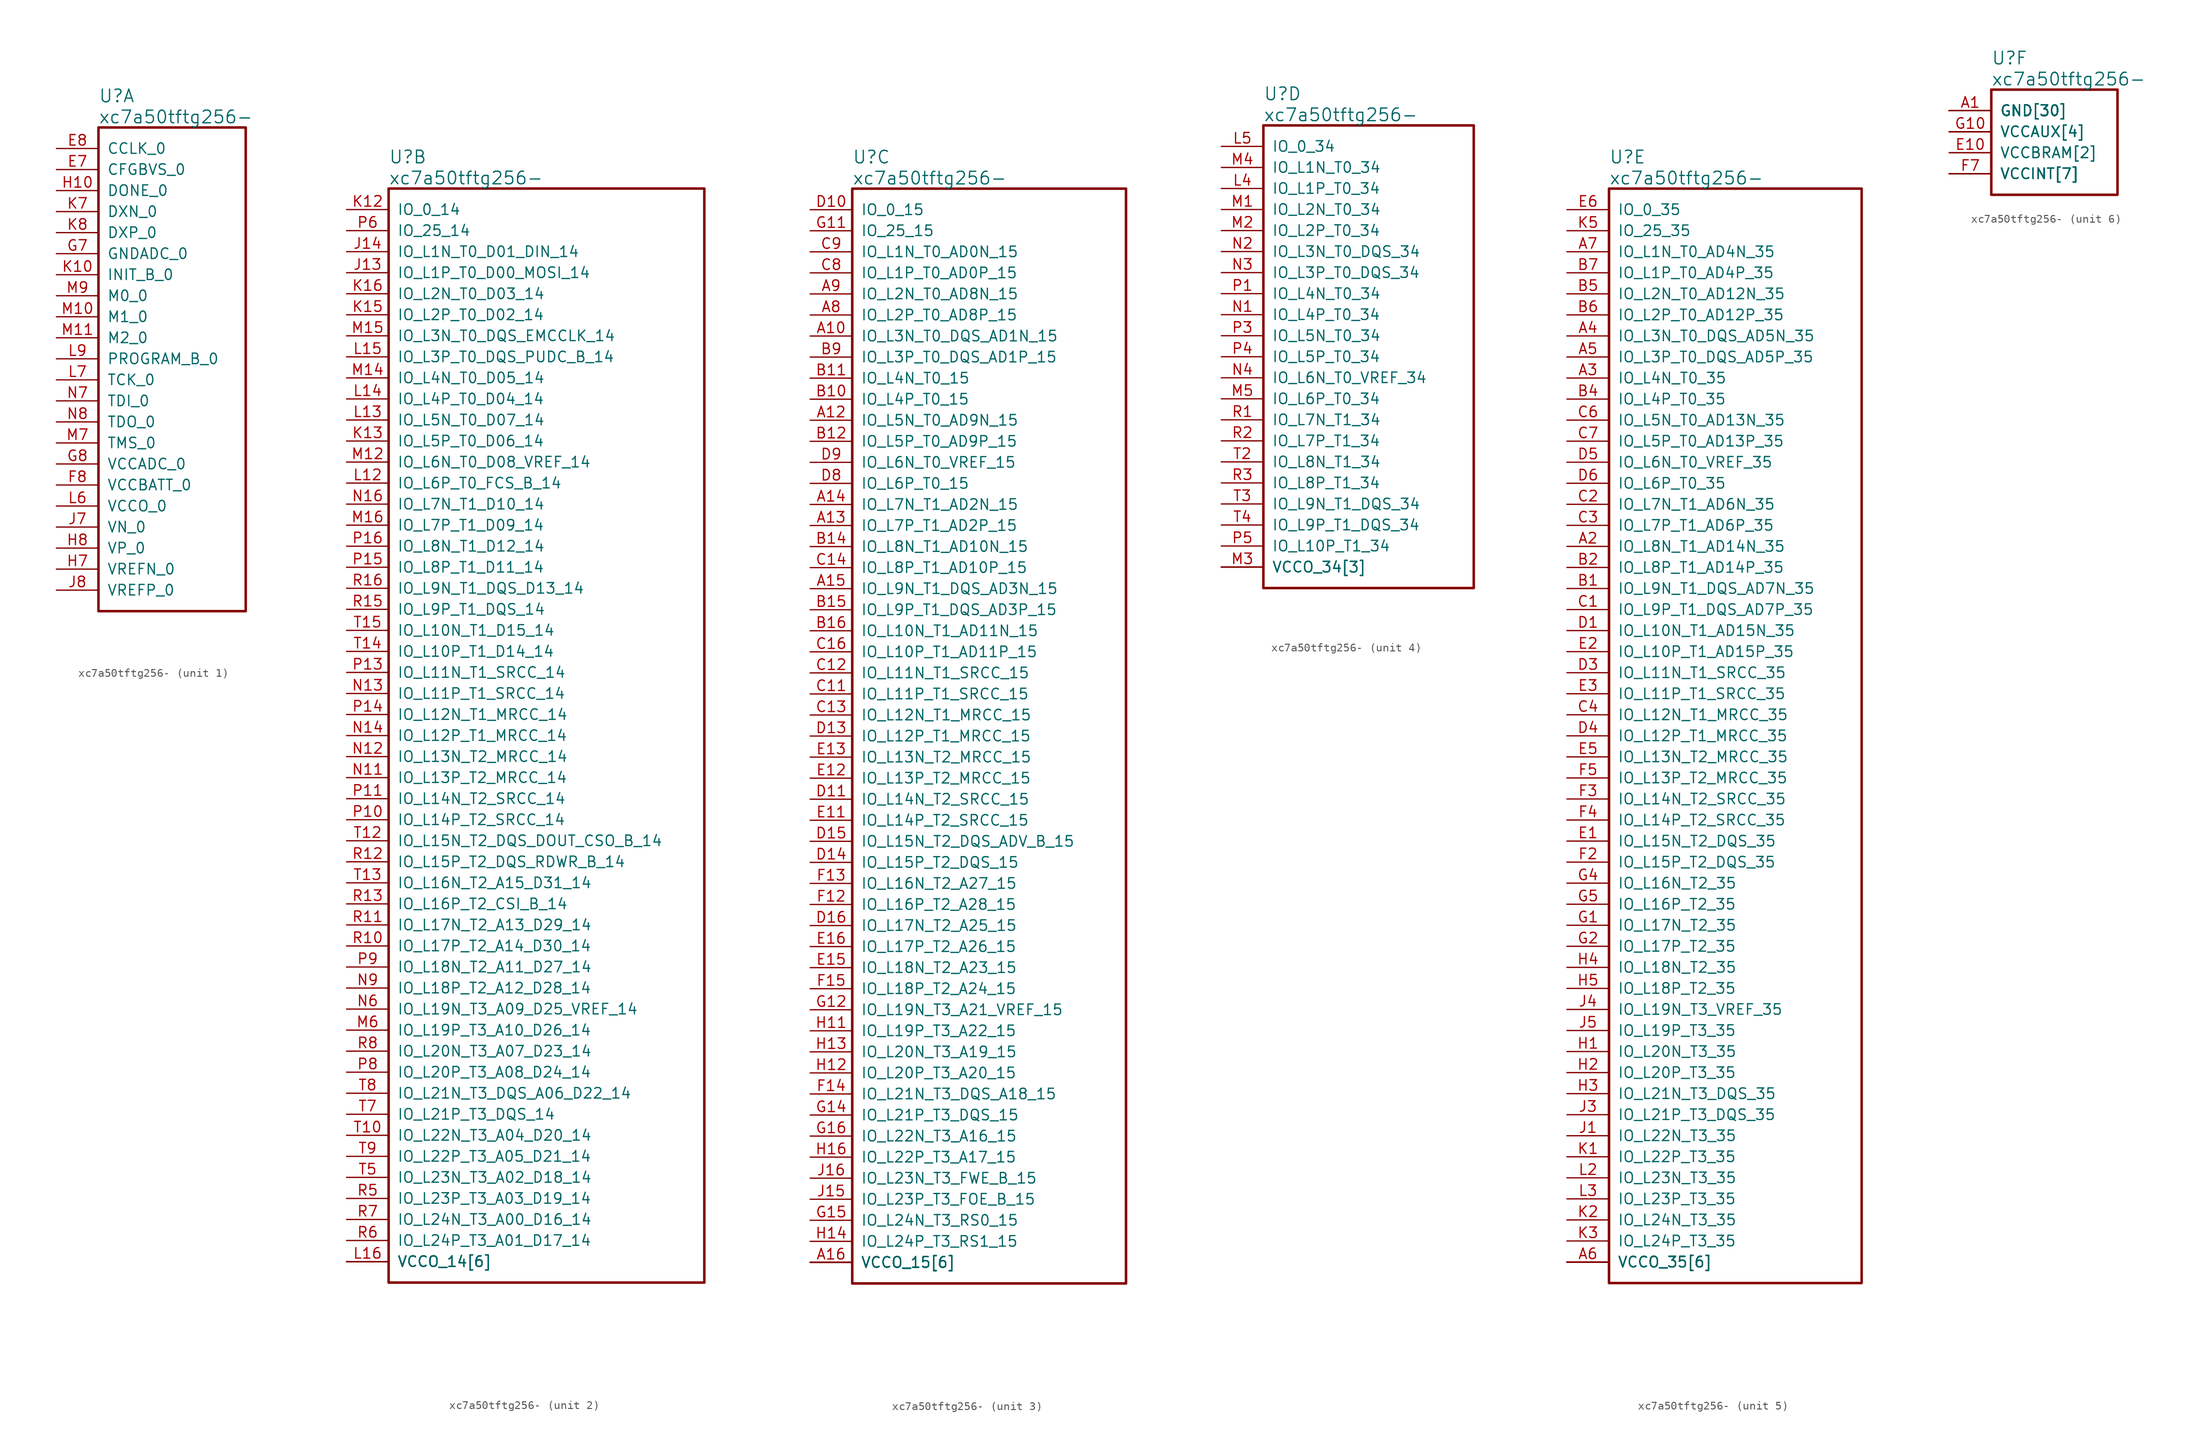
<source format=kicad_sym>
(kicad_symbol_lib
  (version 20220914)
  (generator kicad_symbol_editor)
  (symbol "xc7a50tftg256-"
    (pin_names
      (offset 1.016))
    (property "Reference" "U"
      (at 5.08 6.35 0)
      (effects (font (size 1.524 1.524)) (justify left)))
    (property "Value" "xc7a50tftg256-"
      (at 5.08 3.81 0)
      (effects (font (size 1.524 1.524)) (justify left)))
    (property "ki_locked" ""
      (at 0 0 0)
      (effects (font (size 1.27 1.27))))
    (symbol "xc7a50tftg256-_1_1"
      (rectangle (start 5.08 2.54) (end 22.86 -55.88) (stroke (width 0.305) (type solid)) (fill (type none)))
      (pin input line (at 0 -2.54 0) (length 5.08) (name "CFGBVS_0" (effects (font (size 1.27 1.27)))) (number "E7" (effects (font (size 1.27 1.27)))))
      (pin input line (at 0 0 0) (length 5.08) (name "CCLK_0" (effects (font (size 1.27 1.27)))) (number "E8" (effects (font (size 1.27 1.27)))))
      (pin power_in line (at 0 -40.64 0) (length 5.08) (name "VCCBATT_0" (effects (font (size 1.27 1.27)))) (number "F8" (effects (font (size 1.27 1.27)))))
      (pin power_in line (at 0 -12.7 0) (length 5.08) (name "GNDADC_0" (effects (font (size 1.27 1.27)))) (number "G7" (effects (font (size 1.27 1.27)))))
      (pin power_in line (at 0 -38.1 0) (length 5.08) (name "VCCADC_0" (effects (font (size 1.27 1.27)))) (number "G8" (effects (font (size 1.27 1.27)))))
      (pin output line (at 0 -5.08 0) (length 5.08) (name "DONE_0" (effects (font (size 1.27 1.27)))) (number "H10" (effects (font (size 1.27 1.27)))))
      (pin input line (at 0 -50.8 0) (length 5.08) (name "VREFN_0" (effects (font (size 1.27 1.27)))) (number "H7" (effects (font (size 1.27 1.27)))))
      (pin input line (at 0 -48.26 0) (length 5.08) (name "VP_0" (effects (font (size 1.27 1.27)))) (number "H8" (effects (font (size 1.27 1.27)))))
      (pin input line (at 0 -45.72 0) (length 5.08) (name "VN_0" (effects (font (size 1.27 1.27)))) (number "J7" (effects (font (size 1.27 1.27)))))
      (pin input line (at 0 -53.34 0) (length 5.08) (name "VREFP_0" (effects (font (size 1.27 1.27)))) (number "J8" (effects (font (size 1.27 1.27)))))
      (pin input line (at 0 -15.24 0) (length 5.08) (name "INIT_B_0" (effects (font (size 1.27 1.27)))) (number "K10" (effects (font (size 1.27 1.27)))))
      (pin passive line (at 0 -7.62 0) (length 5.08) (name "DXN_0" (effects (font (size 1.27 1.27)))) (number "K7" (effects (font (size 1.27 1.27)))))
      (pin passive line (at 0 -10.16 0) (length 5.08) (name "DXP_0" (effects (font (size 1.27 1.27)))) (number "K8" (effects (font (size 1.27 1.27)))))
      (pin power_in line (at 0 -43.18 0) (length 5.08) (name "VCCO_0" (effects (font (size 1.27 1.27)))) (number "L6" (effects (font (size 1.27 1.27)))))
      (pin input line (at 0 -27.94 0) (length 5.08) (name "TCK_0" (effects (font (size 1.27 1.27)))) (number "L7" (effects (font (size 1.27 1.27)))))
      (pin input line (at 0 -25.4 0) (length 5.08) (name "PROGRAM_B_0" (effects (font (size 1.27 1.27)))) (number "L9" (effects (font (size 1.27 1.27)))))
      (pin input line (at 0 -20.32 0) (length 5.08) (name "M1_0" (effects (font (size 1.27 1.27)))) (number "M10" (effects (font (size 1.27 1.27)))))
      (pin input line (at 0 -22.86 0) (length 5.08) (name "M2_0" (effects (font (size 1.27 1.27)))) (number "M11" (effects (font (size 1.27 1.27)))))
      (pin input line (at 0 -35.56 0) (length 5.08) (name "TMS_0" (effects (font (size 1.27 1.27)))) (number "M7" (effects (font (size 1.27 1.27)))))
      (pin input line (at 0 -17.78 0) (length 5.08) (name "M0_0" (effects (font (size 1.27 1.27)))) (number "M9" (effects (font (size 1.27 1.27)))))
      (pin input line (at 0 -30.48 0) (length 5.08) (name "TDI_0" (effects (font (size 1.27 1.27)))) (number "N7" (effects (font (size 1.27 1.27)))))
      (pin output line (at 0 -33.02 0) (length 5.08) (name "TDO_0" (effects (font (size 1.27 1.27)))) (number "N8" (effects (font (size 1.27 1.27))))))
    (symbol "xc7a50tftg256-_2_1"
      (rectangle (start 5.08 2.54) (end 43.18 -129.54) (stroke (width 0.305) (type solid)) (fill (type none)))
      (pin bidirectional line (at 0 -7.62 0) (length 5.08) (name "IO_L1P_T0_D00_MOSI_14" (effects (font (size 1.27 1.27)))) (number "J13" (effects (font (size 1.27 1.27)))))
      (pin bidirectional line (at 0 -5.08 0) (length 5.08) (name "IO_L1N_T0_D01_DIN_14" (effects (font (size 1.27 1.27)))) (number "J14" (effects (font (size 1.27 1.27)))))
      (pin bidirectional line (at 0 0 0) (length 5.08) (name "IO_0_14" (effects (font (size 1.27 1.27)))) (number "K12" (effects (font (size 1.27 1.27)))))
      (pin bidirectional line (at 0 -27.94 0) (length 5.08) (name "IO_L5P_T0_D06_14" (effects (font (size 1.27 1.27)))) (number "K13" (effects (font (size 1.27 1.27)))))
      (pin bidirectional line (at 0 -12.7 0) (length 5.08) (name "IO_L2P_T0_D02_14" (effects (font (size 1.27 1.27)))) (number "K15" (effects (font (size 1.27 1.27)))))
      (pin bidirectional line (at 0 -10.16 0) (length 5.08) (name "IO_L2N_T0_D03_14" (effects (font (size 1.27 1.27)))) (number "K16" (effects (font (size 1.27 1.27)))))
      (pin bidirectional line (at 0 -33.02 0) (length 5.08) (name "IO_L6P_T0_FCS_B_14" (effects (font (size 1.27 1.27)))) (number "L12" (effects (font (size 1.27 1.27)))))
      (pin bidirectional line (at 0 -25.4 0) (length 5.08) (name "IO_L5N_T0_D07_14" (effects (font (size 1.27 1.27)))) (number "L13" (effects (font (size 1.27 1.27)))))
      (pin bidirectional line (at 0 -22.86 0) (length 5.08) (name "IO_L4P_T0_D04_14" (effects (font (size 1.27 1.27)))) (number "L14" (effects (font (size 1.27 1.27)))))
      (pin bidirectional line (at 0 -17.78 0) (length 5.08) (name "IO_L3P_T0_DQS_PUDC_B_14" (effects (font (size 1.27 1.27)))) (number "L15" (effects (font (size 1.27 1.27)))))
      (pin power_in line (at 0 -127 0) (length 5.08) (name "VCCO_14[6]" (effects (font (size 1.27 1.27)))) (number "L16" (effects (font (size 1.27 1.27)))))
      (pin bidirectional line (at 0 -30.48 0) (length 5.08) (name "IO_L6N_T0_D08_VREF_14" (effects (font (size 1.27 1.27)))) (number "M12" (effects (font (size 1.27 1.27)))))
      (pin power_in line (at 0 -127 0) (length 5.08) (name "VCCO_14[6]" (effects (font (size 1.27 1.27)))) (number "M13" (effects (font (size 0 0)))))
      (pin bidirectional line (at 0 -20.32 0) (length 5.08) (name "IO_L4N_T0_D05_14" (effects (font (size 1.27 1.27)))) (number "M14" (effects (font (size 1.27 1.27)))))
      (pin bidirectional line (at 0 -15.24 0) (length 5.08) (name "IO_L3N_T0_DQS_EMCCLK_14" (effects (font (size 1.27 1.27)))) (number "M15" (effects (font (size 1.27 1.27)))))
      (pin bidirectional line (at 0 -38.1 0) (length 5.08) (name "IO_L7P_T1_D09_14" (effects (font (size 1.27 1.27)))) (number "M16" (effects (font (size 1.27 1.27)))))
      (pin bidirectional line (at 0 -99.06 0) (length 5.08) (name "IO_L19P_T3_A10_D26_14" (effects (font (size 1.27 1.27)))) (number "M6" (effects (font (size 1.27 1.27)))))
      (pin power_in line (at 0 -127 0) (length 5.08) (name "VCCO_14[6]" (effects (font (size 1.27 1.27)))) (number "N10" (effects (font (size 0 0)))))
      (pin bidirectional line (at 0 -68.58 0) (length 5.08) (name "IO_L13P_T2_MRCC_14" (effects (font (size 1.27 1.27)))) (number "N11" (effects (font (size 1.27 1.27)))))
      (pin bidirectional line (at 0 -66.04 0) (length 5.08) (name "IO_L13N_T2_MRCC_14" (effects (font (size 1.27 1.27)))) (number "N12" (effects (font (size 1.27 1.27)))))
      (pin bidirectional line (at 0 -58.42 0) (length 5.08) (name "IO_L11P_T1_SRCC_14" (effects (font (size 1.27 1.27)))) (number "N13" (effects (font (size 1.27 1.27)))))
      (pin bidirectional line (at 0 -63.5 0) (length 5.08) (name "IO_L12P_T1_MRCC_14" (effects (font (size 1.27 1.27)))) (number "N14" (effects (font (size 1.27 1.27)))))
      (pin bidirectional line (at 0 -35.56 0) (length 5.08) (name "IO_L7N_T1_D10_14" (effects (font (size 1.27 1.27)))) (number "N16" (effects (font (size 1.27 1.27)))))
      (pin bidirectional line (at 0 -96.52 0) (length 5.08) (name "IO_L19N_T3_A09_D25_VREF_14" (effects (font (size 1.27 1.27)))) (number "N6" (effects (font (size 1.27 1.27)))))
      (pin bidirectional line (at 0 -93.98 0) (length 5.08) (name "IO_L18P_T2_A12_D28_14" (effects (font (size 1.27 1.27)))) (number "N9" (effects (font (size 1.27 1.27)))))
      (pin bidirectional line (at 0 -73.66 0) (length 5.08) (name "IO_L14P_T2_SRCC_14" (effects (font (size 1.27 1.27)))) (number "P10" (effects (font (size 1.27 1.27)))))
      (pin bidirectional line (at 0 -71.12 0) (length 5.08) (name "IO_L14N_T2_SRCC_14" (effects (font (size 1.27 1.27)))) (number "P11" (effects (font (size 1.27 1.27)))))
      (pin bidirectional line (at 0 -55.88 0) (length 5.08) (name "IO_L11N_T1_SRCC_14" (effects (font (size 1.27 1.27)))) (number "P13" (effects (font (size 1.27 1.27)))))
      (pin bidirectional line (at 0 -60.96 0) (length 5.08) (name "IO_L12N_T1_MRCC_14" (effects (font (size 1.27 1.27)))) (number "P14" (effects (font (size 1.27 1.27)))))
      (pin bidirectional line (at 0 -43.18 0) (length 5.08) (name "IO_L8P_T1_D11_14" (effects (font (size 1.27 1.27)))) (number "P15" (effects (font (size 1.27 1.27)))))
      (pin bidirectional line (at 0 -40.64 0) (length 5.08) (name "IO_L8N_T1_D12_14" (effects (font (size 1.27 1.27)))) (number "P16" (effects (font (size 1.27 1.27)))))
      (pin bidirectional line (at 0 -2.54 0) (length 5.08) (name "IO_25_14" (effects (font (size 1.27 1.27)))) (number "P6" (effects (font (size 1.27 1.27)))))
      (pin power_in line (at 0 -127 0) (length 5.08) (name "VCCO_14[6]" (effects (font (size 1.27 1.27)))) (number "P7" (effects (font (size 0 0)))))
      (pin bidirectional line (at 0 -104.14 0) (length 5.08) (name "IO_L20P_T3_A08_D24_14" (effects (font (size 1.27 1.27)))) (number "P8" (effects (font (size 1.27 1.27)))))
      (pin bidirectional line (at 0 -91.44 0) (length 5.08) (name "IO_L18N_T2_A11_D27_14" (effects (font (size 1.27 1.27)))) (number "P9" (effects (font (size 1.27 1.27)))))
      (pin bidirectional line (at 0 -88.9 0) (length 5.08) (name "IO_L17P_T2_A14_D30_14" (effects (font (size 1.27 1.27)))) (number "R10" (effects (font (size 1.27 1.27)))))
      (pin bidirectional line (at 0 -86.36 0) (length 5.08) (name "IO_L17N_T2_A13_D29_14" (effects (font (size 1.27 1.27)))) (number "R11" (effects (font (size 1.27 1.27)))))
      (pin bidirectional line (at 0 -78.74 0) (length 5.08) (name "IO_L15P_T2_DQS_RDWR_B_14" (effects (font (size 1.27 1.27)))) (number "R12" (effects (font (size 1.27 1.27)))))
      (pin bidirectional line (at 0 -83.82 0) (length 5.08) (name "IO_L16P_T2_CSI_B_14" (effects (font (size 1.27 1.27)))) (number "R13" (effects (font (size 1.27 1.27)))))
      (pin power_in line (at 0 -127 0) (length 5.08) (name "VCCO_14[6]" (effects (font (size 1.27 1.27)))) (number "R14" (effects (font (size 0 0)))))
      (pin bidirectional line (at 0 -48.26 0) (length 5.08) (name "IO_L9P_T1_DQS_14" (effects (font (size 1.27 1.27)))) (number "R15" (effects (font (size 1.27 1.27)))))
      (pin bidirectional line (at 0 -45.72 0) (length 5.08) (name "IO_L9N_T1_DQS_D13_14" (effects (font (size 1.27 1.27)))) (number "R16" (effects (font (size 1.27 1.27)))))
      (pin bidirectional line (at 0 -119.38 0) (length 5.08) (name "IO_L23P_T3_A03_D19_14" (effects (font (size 1.27 1.27)))) (number "R5" (effects (font (size 1.27 1.27)))))
      (pin bidirectional line (at 0 -124.46 0) (length 5.08) (name "IO_L24P_T3_A01_D17_14" (effects (font (size 1.27 1.27)))) (number "R6" (effects (font (size 1.27 1.27)))))
      (pin bidirectional line (at 0 -121.92 0) (length 5.08) (name "IO_L24N_T3_A00_D16_14" (effects (font (size 1.27 1.27)))) (number "R7" (effects (font (size 1.27 1.27)))))
      (pin bidirectional line (at 0 -101.6 0) (length 5.08) (name "IO_L20N_T3_A07_D23_14" (effects (font (size 1.27 1.27)))) (number "R8" (effects (font (size 1.27 1.27)))))
      (pin bidirectional line (at 0 -111.76 0) (length 5.08) (name "IO_L22N_T3_A04_D20_14" (effects (font (size 1.27 1.27)))) (number "T10" (effects (font (size 1.27 1.27)))))
      (pin power_in line (at 0 -127 0) (length 5.08) (name "VCCO_14[6]" (effects (font (size 1.27 1.27)))) (number "T11" (effects (font (size 0 0)))))
      (pin bidirectional line (at 0 -76.2 0) (length 5.08) (name "IO_L15N_T2_DQS_DOUT_CSO_B_14" (effects (font (size 1.27 1.27)))) (number "T12" (effects (font (size 1.27 1.27)))))
      (pin bidirectional line (at 0 -81.28 0) (length 5.08) (name "IO_L16N_T2_A15_D31_14" (effects (font (size 1.27 1.27)))) (number "T13" (effects (font (size 1.27 1.27)))))
      (pin bidirectional line (at 0 -53.34 0) (length 5.08) (name "IO_L10P_T1_D14_14" (effects (font (size 1.27 1.27)))) (number "T14" (effects (font (size 1.27 1.27)))))
      (pin bidirectional line (at 0 -50.8 0) (length 5.08) (name "IO_L10N_T1_D15_14" (effects (font (size 1.27 1.27)))) (number "T15" (effects (font (size 1.27 1.27)))))
      (pin bidirectional line (at 0 -116.84 0) (length 5.08) (name "IO_L23N_T3_A02_D18_14" (effects (font (size 1.27 1.27)))) (number "T5" (effects (font (size 1.27 1.27)))))
      (pin bidirectional line (at 0 -109.22 0) (length 5.08) (name "IO_L21P_T3_DQS_14" (effects (font (size 1.27 1.27)))) (number "T7" (effects (font (size 1.27 1.27)))))
      (pin bidirectional line (at 0 -106.68 0) (length 5.08) (name "IO_L21N_T3_DQS_A06_D22_14" (effects (font (size 1.27 1.27)))) (number "T8" (effects (font (size 1.27 1.27)))))
      (pin bidirectional line (at 0 -114.3 0) (length 5.08) (name "IO_L22P_T3_A05_D21_14" (effects (font (size 1.27 1.27)))) (number "T9" (effects (font (size 1.27 1.27))))))
    (symbol "xc7a50tftg256-_3_1"
      (rectangle (start 5.08 2.54) (end 38.1 -129.54) (stroke (width 0.305) (type solid)) (fill (type none)))
      (pin bidirectional line (at 0 -15.24 0) (length 5.08) (name "IO_L3N_T0_DQS_AD1N_15" (effects (font (size 1.27 1.27)))) (number "A10" (effects (font (size 1.27 1.27)))))
      (pin bidirectional line (at 0 -25.4 0) (length 5.08) (name "IO_L5N_T0_AD9N_15" (effects (font (size 1.27 1.27)))) (number "A12" (effects (font (size 1.27 1.27)))))
      (pin bidirectional line (at 0 -38.1 0) (length 5.08) (name "IO_L7P_T1_AD2P_15" (effects (font (size 1.27 1.27)))) (number "A13" (effects (font (size 1.27 1.27)))))
      (pin bidirectional line (at 0 -35.56 0) (length 5.08) (name "IO_L7N_T1_AD2N_15" (effects (font (size 1.27 1.27)))) (number "A14" (effects (font (size 1.27 1.27)))))
      (pin bidirectional line (at 0 -45.72 0) (length 5.08) (name "IO_L9N_T1_DQS_AD3N_15" (effects (font (size 1.27 1.27)))) (number "A15" (effects (font (size 1.27 1.27)))))
      (pin power_in line (at 0 -127 0) (length 5.08) (name "VCCO_15[6]" (effects (font (size 1.27 1.27)))) (number "A16" (effects (font (size 1.27 1.27)))))
      (pin bidirectional line (at 0 -12.7 0) (length 5.08) (name "IO_L2P_T0_AD8P_15" (effects (font (size 1.27 1.27)))) (number "A8" (effects (font (size 1.27 1.27)))))
      (pin bidirectional line (at 0 -10.16 0) (length 5.08) (name "IO_L2N_T0_AD8N_15" (effects (font (size 1.27 1.27)))) (number "A9" (effects (font (size 1.27 1.27)))))
      (pin bidirectional line (at 0 -22.86 0) (length 5.08) (name "IO_L4P_T0_15" (effects (font (size 1.27 1.27)))) (number "B10" (effects (font (size 1.27 1.27)))))
      (pin bidirectional line (at 0 -20.32 0) (length 5.08) (name "IO_L4N_T0_15" (effects (font (size 1.27 1.27)))) (number "B11" (effects (font (size 1.27 1.27)))))
      (pin bidirectional line (at 0 -27.94 0) (length 5.08) (name "IO_L5P_T0_AD9P_15" (effects (font (size 1.27 1.27)))) (number "B12" (effects (font (size 1.27 1.27)))))
      (pin power_in line (at 0 -127 0) (length 5.08) (name "VCCO_15[6]" (effects (font (size 1.27 1.27)))) (number "B13" (effects (font (size 0 0)))))
      (pin bidirectional line (at 0 -40.64 0) (length 5.08) (name "IO_L8N_T1_AD10N_15" (effects (font (size 1.27 1.27)))) (number "B14" (effects (font (size 1.27 1.27)))))
      (pin bidirectional line (at 0 -48.26 0) (length 5.08) (name "IO_L9P_T1_DQS_AD3P_15" (effects (font (size 1.27 1.27)))) (number "B15" (effects (font (size 1.27 1.27)))))
      (pin bidirectional line (at 0 -50.8 0) (length 5.08) (name "IO_L10N_T1_AD11N_15" (effects (font (size 1.27 1.27)))) (number "B16" (effects (font (size 1.27 1.27)))))
      (pin bidirectional line (at 0 -17.78 0) (length 5.08) (name "IO_L3P_T0_DQS_AD1P_15" (effects (font (size 1.27 1.27)))) (number "B9" (effects (font (size 1.27 1.27)))))
      (pin power_in line (at 0 -127 0) (length 5.08) (name "VCCO_15[6]" (effects (font (size 1.27 1.27)))) (number "C10" (effects (font (size 0 0)))))
      (pin bidirectional line (at 0 -58.42 0) (length 5.08) (name "IO_L11P_T1_SRCC_15" (effects (font (size 1.27 1.27)))) (number "C11" (effects (font (size 1.27 1.27)))))
      (pin bidirectional line (at 0 -55.88 0) (length 5.08) (name "IO_L11N_T1_SRCC_15" (effects (font (size 1.27 1.27)))) (number "C12" (effects (font (size 1.27 1.27)))))
      (pin bidirectional line (at 0 -60.96 0) (length 5.08) (name "IO_L12N_T1_MRCC_15" (effects (font (size 1.27 1.27)))) (number "C13" (effects (font (size 1.27 1.27)))))
      (pin bidirectional line (at 0 -43.18 0) (length 5.08) (name "IO_L8P_T1_AD10P_15" (effects (font (size 1.27 1.27)))) (number "C14" (effects (font (size 1.27 1.27)))))
      (pin bidirectional line (at 0 -53.34 0) (length 5.08) (name "IO_L10P_T1_AD11P_15" (effects (font (size 1.27 1.27)))) (number "C16" (effects (font (size 1.27 1.27)))))
      (pin bidirectional line (at 0 -7.62 0) (length 5.08) (name "IO_L1P_T0_AD0P_15" (effects (font (size 1.27 1.27)))) (number "C8" (effects (font (size 1.27 1.27)))))
      (pin bidirectional line (at 0 -5.08 0) (length 5.08) (name "IO_L1N_T0_AD0N_15" (effects (font (size 1.27 1.27)))) (number "C9" (effects (font (size 1.27 1.27)))))
      (pin bidirectional line (at 0 0 0) (length 5.08) (name "IO_0_15" (effects (font (size 1.27 1.27)))) (number "D10" (effects (font (size 1.27 1.27)))))
      (pin bidirectional line (at 0 -71.12 0) (length 5.08) (name "IO_L14N_T2_SRCC_15" (effects (font (size 1.27 1.27)))) (number "D11" (effects (font (size 1.27 1.27)))))
      (pin bidirectional line (at 0 -63.5 0) (length 5.08) (name "IO_L12P_T1_MRCC_15" (effects (font (size 1.27 1.27)))) (number "D13" (effects (font (size 1.27 1.27)))))
      (pin bidirectional line (at 0 -78.74 0) (length 5.08) (name "IO_L15P_T2_DQS_15" (effects (font (size 1.27 1.27)))) (number "D14" (effects (font (size 1.27 1.27)))))
      (pin bidirectional line (at 0 -76.2 0) (length 5.08) (name "IO_L15N_T2_DQS_ADV_B_15" (effects (font (size 1.27 1.27)))) (number "D15" (effects (font (size 1.27 1.27)))))
      (pin bidirectional line (at 0 -86.36 0) (length 5.08) (name "IO_L17N_T2_A25_15" (effects (font (size 1.27 1.27)))) (number "D16" (effects (font (size 1.27 1.27)))))
      (pin bidirectional line (at 0 -33.02 0) (length 5.08) (name "IO_L6P_T0_15" (effects (font (size 1.27 1.27)))) (number "D8" (effects (font (size 1.27 1.27)))))
      (pin bidirectional line (at 0 -30.48 0) (length 5.08) (name "IO_L6N_T0_VREF_15" (effects (font (size 1.27 1.27)))) (number "D9" (effects (font (size 1.27 1.27)))))
      (pin bidirectional line (at 0 -73.66 0) (length 5.08) (name "IO_L14P_T2_SRCC_15" (effects (font (size 1.27 1.27)))) (number "E11" (effects (font (size 1.27 1.27)))))
      (pin bidirectional line (at 0 -68.58 0) (length 5.08) (name "IO_L13P_T2_MRCC_15" (effects (font (size 1.27 1.27)))) (number "E12" (effects (font (size 1.27 1.27)))))
      (pin bidirectional line (at 0 -66.04 0) (length 5.08) (name "IO_L13N_T2_MRCC_15" (effects (font (size 1.27 1.27)))) (number "E13" (effects (font (size 1.27 1.27)))))
      (pin power_in line (at 0 -127 0) (length 5.08) (name "VCCO_15[6]" (effects (font (size 1.27 1.27)))) (number "E14" (effects (font (size 0 0)))))
      (pin bidirectional line (at 0 -91.44 0) (length 5.08) (name "IO_L18N_T2_A23_15" (effects (font (size 1.27 1.27)))) (number "E15" (effects (font (size 1.27 1.27)))))
      (pin bidirectional line (at 0 -88.9 0) (length 5.08) (name "IO_L17P_T2_A26_15" (effects (font (size 1.27 1.27)))) (number "E16" (effects (font (size 1.27 1.27)))))
      (pin bidirectional line (at 0 -83.82 0) (length 5.08) (name "IO_L16P_T2_A28_15" (effects (font (size 1.27 1.27)))) (number "F12" (effects (font (size 1.27 1.27)))))
      (pin bidirectional line (at 0 -81.28 0) (length 5.08) (name "IO_L16N_T2_A27_15" (effects (font (size 1.27 1.27)))) (number "F13" (effects (font (size 1.27 1.27)))))
      (pin bidirectional line (at 0 -106.68 0) (length 5.08) (name "IO_L21N_T3_DQS_A18_15" (effects (font (size 1.27 1.27)))) (number "F14" (effects (font (size 1.27 1.27)))))
      (pin bidirectional line (at 0 -93.98 0) (length 5.08) (name "IO_L18P_T2_A24_15" (effects (font (size 1.27 1.27)))) (number "F15" (effects (font (size 1.27 1.27)))))
      (pin bidirectional line (at 0 -2.54 0) (length 5.08) (name "IO_25_15" (effects (font (size 1.27 1.27)))) (number "G11" (effects (font (size 1.27 1.27)))))
      (pin bidirectional line (at 0 -96.52 0) (length 5.08) (name "IO_L19N_T3_A21_VREF_15" (effects (font (size 1.27 1.27)))) (number "G12" (effects (font (size 1.27 1.27)))))
      (pin bidirectional line (at 0 -109.22 0) (length 5.08) (name "IO_L21P_T3_DQS_15" (effects (font (size 1.27 1.27)))) (number "G14" (effects (font (size 1.27 1.27)))))
      (pin bidirectional line (at 0 -121.92 0) (length 5.08) (name "IO_L24N_T3_RS0_15" (effects (font (size 1.27 1.27)))) (number "G15" (effects (font (size 1.27 1.27)))))
      (pin bidirectional line (at 0 -111.76 0) (length 5.08) (name "IO_L22N_T3_A16_15" (effects (font (size 1.27 1.27)))) (number "G16" (effects (font (size 1.27 1.27)))))
      (pin bidirectional line (at 0 -99.06 0) (length 5.08) (name "IO_L19P_T3_A22_15" (effects (font (size 1.27 1.27)))) (number "H11" (effects (font (size 1.27 1.27)))))
      (pin bidirectional line (at 0 -104.14 0) (length 5.08) (name "IO_L20P_T3_A20_15" (effects (font (size 1.27 1.27)))) (number "H12" (effects (font (size 1.27 1.27)))))
      (pin bidirectional line (at 0 -101.6 0) (length 5.08) (name "IO_L20N_T3_A19_15" (effects (font (size 1.27 1.27)))) (number "H13" (effects (font (size 1.27 1.27)))))
      (pin bidirectional line (at 0 -124.46 0) (length 5.08) (name "IO_L24P_T3_RS1_15" (effects (font (size 1.27 1.27)))) (number "H14" (effects (font (size 1.27 1.27)))))
      (pin power_in line (at 0 -127 0) (length 5.08) (name "VCCO_15[6]" (effects (font (size 1.27 1.27)))) (number "H15" (effects (font (size 0 0)))))
      (pin bidirectional line (at 0 -114.3 0) (length 5.08) (name "IO_L22P_T3_A17_15" (effects (font (size 1.27 1.27)))) (number "H16" (effects (font (size 1.27 1.27)))))
      (pin power_in line (at 0 -127 0) (length 5.08) (name "VCCO_15[6]" (effects (font (size 1.27 1.27)))) (number "J12" (effects (font (size 0 0)))))
      (pin bidirectional line (at 0 -119.38 0) (length 5.08) (name "IO_L23P_T3_FOE_B_15" (effects (font (size 1.27 1.27)))) (number "J15" (effects (font (size 1.27 1.27)))))
      (pin bidirectional line (at 0 -116.84 0) (length 5.08) (name "IO_L23N_T3_FWE_B_15" (effects (font (size 1.27 1.27)))) (number "J16" (effects (font (size 1.27 1.27))))))
    (symbol "xc7a50tftg256-_4_1"
      (rectangle (start 5.08 2.54) (end 30.48 -53.34) (stroke (width 0.305) (type solid)) (fill (type none)))
      (pin bidirectional line (at 0 -5.08 0) (length 5.08) (name "IO_L1P_T0_34" (effects (font (size 1.27 1.27)))) (number "L4" (effects (font (size 1.27 1.27)))))
      (pin bidirectional line (at 0 0 0) (length 5.08) (name "IO_0_34" (effects (font (size 1.27 1.27)))) (number "L5" (effects (font (size 1.27 1.27)))))
      (pin bidirectional line (at 0 -7.62 0) (length 5.08) (name "IO_L2N_T0_34" (effects (font (size 1.27 1.27)))) (number "M1" (effects (font (size 1.27 1.27)))))
      (pin bidirectional line (at 0 -10.16 0) (length 5.08) (name "IO_L2P_T0_34" (effects (font (size 1.27 1.27)))) (number "M2" (effects (font (size 1.27 1.27)))))
      (pin power_in line (at 0 -50.8 0) (length 5.08) (name "VCCO_34[3]" (effects (font (size 1.27 1.27)))) (number "M3" (effects (font (size 1.27 1.27)))))
      (pin bidirectional line (at 0 -2.54 0) (length 5.08) (name "IO_L1N_T0_34" (effects (font (size 1.27 1.27)))) (number "M4" (effects (font (size 1.27 1.27)))))
      (pin bidirectional line (at 0 -30.48 0) (length 5.08) (name "IO_L6P_T0_34" (effects (font (size 1.27 1.27)))) (number "M5" (effects (font (size 1.27 1.27)))))
      (pin bidirectional line (at 0 -20.32 0) (length 5.08) (name "IO_L4P_T0_34" (effects (font (size 1.27 1.27)))) (number "N1" (effects (font (size 1.27 1.27)))))
      (pin bidirectional line (at 0 -12.7 0) (length 5.08) (name "IO_L3N_T0_DQS_34" (effects (font (size 1.27 1.27)))) (number "N2" (effects (font (size 1.27 1.27)))))
      (pin bidirectional line (at 0 -15.24 0) (length 5.08) (name "IO_L3P_T0_DQS_34" (effects (font (size 1.27 1.27)))) (number "N3" (effects (font (size 1.27 1.27)))))
      (pin bidirectional line (at 0 -27.94 0) (length 5.08) (name "IO_L6N_T0_VREF_34" (effects (font (size 1.27 1.27)))) (number "N4" (effects (font (size 1.27 1.27)))))
      (pin bidirectional line (at 0 -17.78 0) (length 5.08) (name "IO_L4N_T0_34" (effects (font (size 1.27 1.27)))) (number "P1" (effects (font (size 1.27 1.27)))))
      (pin bidirectional line (at 0 -22.86 0) (length 5.08) (name "IO_L5N_T0_34" (effects (font (size 1.27 1.27)))) (number "P3" (effects (font (size 1.27 1.27)))))
      (pin bidirectional line (at 0 -25.4 0) (length 5.08) (name "IO_L5P_T0_34" (effects (font (size 1.27 1.27)))) (number "P4" (effects (font (size 1.27 1.27)))))
      (pin bidirectional line (at 0 -48.26 0) (length 5.08) (name "IO_L10P_T1_34" (effects (font (size 1.27 1.27)))) (number "P5" (effects (font (size 1.27 1.27)))))
      (pin bidirectional line (at 0 -33.02 0) (length 5.08) (name "IO_L7N_T1_34" (effects (font (size 1.27 1.27)))) (number "R1" (effects (font (size 1.27 1.27)))))
      (pin bidirectional line (at 0 -35.56 0) (length 5.08) (name "IO_L7P_T1_34" (effects (font (size 1.27 1.27)))) (number "R2" (effects (font (size 1.27 1.27)))))
      (pin bidirectional line (at 0 -40.64 0) (length 5.08) (name "IO_L8P_T1_34" (effects (font (size 1.27 1.27)))) (number "R3" (effects (font (size 1.27 1.27)))))
      (pin power_in line (at 0 -50.8 0) (length 5.08) (name "VCCO_34[3]" (effects (font (size 1.27 1.27)))) (number "R4" (effects (font (size 0 0)))))
      (pin power_in line (at 0 -50.8 0) (length 5.08) (name "VCCO_34[3]" (effects (font (size 1.27 1.27)))) (number "T1" (effects (font (size 0 0)))))
      (pin bidirectional line (at 0 -38.1 0) (length 5.08) (name "IO_L8N_T1_34" (effects (font (size 1.27 1.27)))) (number "T2" (effects (font (size 1.27 1.27)))))
      (pin bidirectional line (at 0 -43.18 0) (length 5.08) (name "IO_L9N_T1_DQS_34" (effects (font (size 1.27 1.27)))) (number "T3" (effects (font (size 1.27 1.27)))))
      (pin bidirectional line (at 0 -45.72 0) (length 5.08) (name "IO_L9P_T1_DQS_34" (effects (font (size 1.27 1.27)))) (number "T4" (effects (font (size 1.27 1.27))))))
    (symbol "xc7a50tftg256-_5_1"
      (rectangle (start 5.08 2.54) (end 35.56 -129.54) (stroke (width 0.305) (type solid)) (fill (type none)))
      (pin bidirectional line (at 0 -40.64 0) (length 5.08) (name "IO_L8N_T1_AD14N_35" (effects (font (size 1.27 1.27)))) (number "A2" (effects (font (size 1.27 1.27)))))
      (pin bidirectional line (at 0 -20.32 0) (length 5.08) (name "IO_L4N_T0_35" (effects (font (size 1.27 1.27)))) (number "A3" (effects (font (size 1.27 1.27)))))
      (pin bidirectional line (at 0 -15.24 0) (length 5.08) (name "IO_L3N_T0_DQS_AD5N_35" (effects (font (size 1.27 1.27)))) (number "A4" (effects (font (size 1.27 1.27)))))
      (pin bidirectional line (at 0 -17.78 0) (length 5.08) (name "IO_L3P_T0_DQS_AD5P_35" (effects (font (size 1.27 1.27)))) (number "A5" (effects (font (size 1.27 1.27)))))
      (pin power_in line (at 0 -127 0) (length 5.08) (name "VCCO_35[6]" (effects (font (size 1.27 1.27)))) (number "A6" (effects (font (size 1.27 1.27)))))
      (pin bidirectional line (at 0 -5.08 0) (length 5.08) (name "IO_L1N_T0_AD4N_35" (effects (font (size 1.27 1.27)))) (number "A7" (effects (font (size 1.27 1.27)))))
      (pin bidirectional line (at 0 -45.72 0) (length 5.08) (name "IO_L9N_T1_DQS_AD7N_35" (effects (font (size 1.27 1.27)))) (number "B1" (effects (font (size 1.27 1.27)))))
      (pin bidirectional line (at 0 -43.18 0) (length 5.08) (name "IO_L8P_T1_AD14P_35" (effects (font (size 1.27 1.27)))) (number "B2" (effects (font (size 1.27 1.27)))))
      (pin power_in line (at 0 -127 0) (length 5.08) (name "VCCO_35[6]" (effects (font (size 1.27 1.27)))) (number "B3" (effects (font (size 0 0)))))
      (pin bidirectional line (at 0 -22.86 0) (length 5.08) (name "IO_L4P_T0_35" (effects (font (size 1.27 1.27)))) (number "B4" (effects (font (size 1.27 1.27)))))
      (pin bidirectional line (at 0 -10.16 0) (length 5.08) (name "IO_L2N_T0_AD12N_35" (effects (font (size 1.27 1.27)))) (number "B5" (effects (font (size 1.27 1.27)))))
      (pin bidirectional line (at 0 -12.7 0) (length 5.08) (name "IO_L2P_T0_AD12P_35" (effects (font (size 1.27 1.27)))) (number "B6" (effects (font (size 1.27 1.27)))))
      (pin bidirectional line (at 0 -7.62 0) (length 5.08) (name "IO_L1P_T0_AD4P_35" (effects (font (size 1.27 1.27)))) (number "B7" (effects (font (size 1.27 1.27)))))
      (pin bidirectional line (at 0 -48.26 0) (length 5.08) (name "IO_L9P_T1_DQS_AD7P_35" (effects (font (size 1.27 1.27)))) (number "C1" (effects (font (size 1.27 1.27)))))
      (pin bidirectional line (at 0 -35.56 0) (length 5.08) (name "IO_L7N_T1_AD6N_35" (effects (font (size 1.27 1.27)))) (number "C2" (effects (font (size 1.27 1.27)))))
      (pin bidirectional line (at 0 -38.1 0) (length 5.08) (name "IO_L7P_T1_AD6P_35" (effects (font (size 1.27 1.27)))) (number "C3" (effects (font (size 1.27 1.27)))))
      (pin bidirectional line (at 0 -60.96 0) (length 5.08) (name "IO_L12N_T1_MRCC_35" (effects (font (size 1.27 1.27)))) (number "C4" (effects (font (size 1.27 1.27)))))
      (pin bidirectional line (at 0 -25.4 0) (length 5.08) (name "IO_L5N_T0_AD13N_35" (effects (font (size 1.27 1.27)))) (number "C6" (effects (font (size 1.27 1.27)))))
      (pin bidirectional line (at 0 -27.94 0) (length 5.08) (name "IO_L5P_T0_AD13P_35" (effects (font (size 1.27 1.27)))) (number "C7" (effects (font (size 1.27 1.27)))))
      (pin bidirectional line (at 0 -50.8 0) (length 5.08) (name "IO_L10N_T1_AD15N_35" (effects (font (size 1.27 1.27)))) (number "D1" (effects (font (size 1.27 1.27)))))
      (pin bidirectional line (at 0 -55.88 0) (length 5.08) (name "IO_L11N_T1_SRCC_35" (effects (font (size 1.27 1.27)))) (number "D3" (effects (font (size 1.27 1.27)))))
      (pin bidirectional line (at 0 -63.5 0) (length 5.08) (name "IO_L12P_T1_MRCC_35" (effects (font (size 1.27 1.27)))) (number "D4" (effects (font (size 1.27 1.27)))))
      (pin bidirectional line (at 0 -30.48 0) (length 5.08) (name "IO_L6N_T0_VREF_35" (effects (font (size 1.27 1.27)))) (number "D5" (effects (font (size 1.27 1.27)))))
      (pin bidirectional line (at 0 -33.02 0) (length 5.08) (name "IO_L6P_T0_35" (effects (font (size 1.27 1.27)))) (number "D6" (effects (font (size 1.27 1.27)))))
      (pin power_in line (at 0 -127 0) (length 5.08) (name "VCCO_35[6]" (effects (font (size 1.27 1.27)))) (number "D7" (effects (font (size 0 0)))))
      (pin bidirectional line (at 0 -76.2 0) (length 5.08) (name "IO_L15N_T2_DQS_35" (effects (font (size 1.27 1.27)))) (number "E1" (effects (font (size 1.27 1.27)))))
      (pin bidirectional line (at 0 -53.34 0) (length 5.08) (name "IO_L10P_T1_AD15P_35" (effects (font (size 1.27 1.27)))) (number "E2" (effects (font (size 1.27 1.27)))))
      (pin bidirectional line (at 0 -58.42 0) (length 5.08) (name "IO_L11P_T1_SRCC_35" (effects (font (size 1.27 1.27)))) (number "E3" (effects (font (size 1.27 1.27)))))
      (pin power_in line (at 0 -127 0) (length 5.08) (name "VCCO_35[6]" (effects (font (size 1.27 1.27)))) (number "E4" (effects (font (size 0 0)))))
      (pin bidirectional line (at 0 -66.04 0) (length 5.08) (name "IO_L13N_T2_MRCC_35" (effects (font (size 1.27 1.27)))) (number "E5" (effects (font (size 1.27 1.27)))))
      (pin bidirectional line (at 0 0 0) (length 5.08) (name "IO_0_35" (effects (font (size 1.27 1.27)))) (number "E6" (effects (font (size 1.27 1.27)))))
      (pin power_in line (at 0 -127 0) (length 5.08) (name "VCCO_35[6]" (effects (font (size 1.27 1.27)))) (number "F1" (effects (font (size 0 0)))))
      (pin bidirectional line (at 0 -78.74 0) (length 5.08) (name "IO_L15P_T2_DQS_35" (effects (font (size 1.27 1.27)))) (number "F2" (effects (font (size 1.27 1.27)))))
      (pin bidirectional line (at 0 -71.12 0) (length 5.08) (name "IO_L14N_T2_SRCC_35" (effects (font (size 1.27 1.27)))) (number "F3" (effects (font (size 1.27 1.27)))))
      (pin bidirectional line (at 0 -73.66 0) (length 5.08) (name "IO_L14P_T2_SRCC_35" (effects (font (size 1.27 1.27)))) (number "F4" (effects (font (size 1.27 1.27)))))
      (pin bidirectional line (at 0 -68.58 0) (length 5.08) (name "IO_L13P_T2_MRCC_35" (effects (font (size 1.27 1.27)))) (number "F5" (effects (font (size 1.27 1.27)))))
      (pin bidirectional line (at 0 -86.36 0) (length 5.08) (name "IO_L17N_T2_35" (effects (font (size 1.27 1.27)))) (number "G1" (effects (font (size 1.27 1.27)))))
      (pin bidirectional line (at 0 -88.9 0) (length 5.08) (name "IO_L17P_T2_35" (effects (font (size 1.27 1.27)))) (number "G2" (effects (font (size 1.27 1.27)))))
      (pin bidirectional line (at 0 -81.28 0) (length 5.08) (name "IO_L16N_T2_35" (effects (font (size 1.27 1.27)))) (number "G4" (effects (font (size 1.27 1.27)))))
      (pin bidirectional line (at 0 -83.82 0) (length 5.08) (name "IO_L16P_T2_35" (effects (font (size 1.27 1.27)))) (number "G5" (effects (font (size 1.27 1.27)))))
      (pin bidirectional line (at 0 -101.6 0) (length 5.08) (name "IO_L20N_T3_35" (effects (font (size 1.27 1.27)))) (number "H1" (effects (font (size 1.27 1.27)))))
      (pin bidirectional line (at 0 -104.14 0) (length 5.08) (name "IO_L20P_T3_35" (effects (font (size 1.27 1.27)))) (number "H2" (effects (font (size 1.27 1.27)))))
      (pin bidirectional line (at 0 -106.68 0) (length 5.08) (name "IO_L21N_T3_DQS_35" (effects (font (size 1.27 1.27)))) (number "H3" (effects (font (size 1.27 1.27)))))
      (pin bidirectional line (at 0 -91.44 0) (length 5.08) (name "IO_L18N_T2_35" (effects (font (size 1.27 1.27)))) (number "H4" (effects (font (size 1.27 1.27)))))
      (pin bidirectional line (at 0 -93.98 0) (length 5.08) (name "IO_L18P_T2_35" (effects (font (size 1.27 1.27)))) (number "H5" (effects (font (size 1.27 1.27)))))
      (pin bidirectional line (at 0 -111.76 0) (length 5.08) (name "IO_L22N_T3_35" (effects (font (size 1.27 1.27)))) (number "J1" (effects (font (size 1.27 1.27)))))
      (pin power_in line (at 0 -127 0) (length 5.08) (name "VCCO_35[6]" (effects (font (size 1.27 1.27)))) (number "J2" (effects (font (size 0 0)))))
      (pin bidirectional line (at 0 -109.22 0) (length 5.08) (name "IO_L21P_T3_DQS_35" (effects (font (size 1.27 1.27)))) (number "J3" (effects (font (size 1.27 1.27)))))
      (pin bidirectional line (at 0 -96.52 0) (length 5.08) (name "IO_L19N_T3_VREF_35" (effects (font (size 1.27 1.27)))) (number "J4" (effects (font (size 1.27 1.27)))))
      (pin bidirectional line (at 0 -99.06 0) (length 5.08) (name "IO_L19P_T3_35" (effects (font (size 1.27 1.27)))) (number "J5" (effects (font (size 1.27 1.27)))))
      (pin bidirectional line (at 0 -114.3 0) (length 5.08) (name "IO_L22P_T3_35" (effects (font (size 1.27 1.27)))) (number "K1" (effects (font (size 1.27 1.27)))))
      (pin bidirectional line (at 0 -121.92 0) (length 5.08) (name "IO_L24N_T3_35" (effects (font (size 1.27 1.27)))) (number "K2" (effects (font (size 1.27 1.27)))))
      (pin bidirectional line (at 0 -124.46 0) (length 5.08) (name "IO_L24P_T3_35" (effects (font (size 1.27 1.27)))) (number "K3" (effects (font (size 1.27 1.27)))))
      (pin bidirectional line (at 0 -2.54 0) (length 5.08) (name "IO_25_35" (effects (font (size 1.27 1.27)))) (number "K5" (effects (font (size 1.27 1.27)))))
      (pin bidirectional line (at 0 -116.84 0) (length 5.08) (name "IO_L23N_T3_35" (effects (font (size 1.27 1.27)))) (number "L2" (effects (font (size 1.27 1.27)))))
      (pin bidirectional line (at 0 -119.38 0) (length 5.08) (name "IO_L23P_T3_35" (effects (font (size 1.27 1.27)))) (number "L3" (effects (font (size 1.27 1.27))))))
    (symbol "xc7a50tftg256-_6_1"
      (rectangle (start 5.08 2.54) (end 20.32 -10.16) (stroke (width 0.305) (type solid)) (fill (type none)))
      (pin power_in line (at 0 0 0) (length 5.08) (name "GND[30]" (effects (font (size 1.27 1.27)))) (number "A1" (effects (font (size 1.27 1.27)))))
      (pin power_in line (at 0 0 0) (length 5.08) (name "GND[30]" (effects (font (size 1.27 1.27)))) (number "A11" (effects (font (size 0 0)))))
      (pin power_in line (at 0 0 0) (length 5.08) (name "GND[30]" (effects (font (size 1.27 1.27)))) (number "B8" (effects (font (size 0 0)))))
      (pin power_in line (at 0 0 0) (length 5.08) (name "GND[30]" (effects (font (size 1.27 1.27)))) (number "C15" (effects (font (size 0 0)))))
      (pin power_in line (at 0 0 0) (length 5.08) (name "GND[30]" (effects (font (size 1.27 1.27)))) (number "C5" (effects (font (size 0 0)))))
      (pin power_in line (at 0 0 0) (length 5.08) (name "GND[30]" (effects (font (size 1.27 1.27)))) (number "D12" (effects (font (size 0 0)))))
      (pin power_in line (at 0 0 0) (length 5.08) (name "GND[30]" (effects (font (size 1.27 1.27)))) (number "D2" (effects (font (size 0 0)))))
      (pin power_in line (at 0 -5.08 0) (length 5.08) (name "VCCBRAM[2]" (effects (font (size 1.27 1.27)))) (number "E10" (effects (font (size 1.27 1.27)))))
      (pin power_in line (at 0 0 0) (length 5.08) (name "GND[30]" (effects (font (size 1.27 1.27)))) (number "E9" (effects (font (size 0 0)))))
      (pin power_in line (at 0 0 0) (length 5.08) (name "GND[30]" (effects (font (size 1.27 1.27)))) (number "F10" (effects (font (size 0 0)))))
      (pin power_in line (at 0 -5.08 0) (length 5.08) (name "VCCBRAM[2]" (effects (font (size 1.27 1.27)))) (number "F11" (effects (font (size 0 0)))))
      (pin power_in line (at 0 0 0) (length 5.08) (name "GND[30]" (effects (font (size 1.27 1.27)))) (number "F16" (effects (font (size 0 0)))))
      (pin power_in line (at 0 0 0) (length 5.08) (name "GND[30]" (effects (font (size 1.27 1.27)))) (number "F6" (effects (font (size 0 0)))))
      (pin power_in line (at 0 -7.62 0) (length 5.08) (name "VCCINT[7]" (effects (font (size 1.27 1.27)))) (number "F7" (effects (font (size 1.27 1.27)))))
      (pin power_in line (at 0 -7.62 0) (length 5.08) (name "VCCINT[7]" (effects (font (size 1.27 1.27)))) (number "F9" (effects (font (size 0 0)))))
      (pin power_in line (at 0 -2.54 0) (length 5.08) (name "VCCAUX[4]" (effects (font (size 1.27 1.27)))) (number "G10" (effects (font (size 1.27 1.27)))))
      (pin power_in line (at 0 0 0) (length 5.08) (name "GND[30]" (effects (font (size 1.27 1.27)))) (number "G13" (effects (font (size 0 0)))))
      (pin power_in line (at 0 0 0) (length 5.08) (name "GND[30]" (effects (font (size 1.27 1.27)))) (number "G3" (effects (font (size 0 0)))))
      (pin power_in line (at 0 -7.62 0) (length 5.08) (name "VCCINT[7]" (effects (font (size 1.27 1.27)))) (number "G6" (effects (font (size 0 0)))))
      (pin power_in line (at 0 0 0) (length 5.08) (name "GND[30]" (effects (font (size 1.27 1.27)))) (number "G9" (effects (font (size 0 0)))))
      (pin power_in line (at 0 0 0) (length 5.08) (name "GND[30]" (effects (font (size 1.27 1.27)))) (number "H6" (effects (font (size 0 0)))))
      (pin power_in line (at 0 -7.62 0) (length 5.08) (name "VCCINT[7]" (effects (font (size 1.27 1.27)))) (number "H9" (effects (font (size 0 0)))))
      (pin power_in line (at 0 -2.54 0) (length 5.08) (name "VCCAUX[4]" (effects (font (size 1.27 1.27)))) (number "J10" (effects (font (size 0 0)))))
      (pin power_in line (at 0 0 0) (length 5.08) (name "GND[30]" (effects (font (size 1.27 1.27)))) (number "J11" (effects (font (size 0 0)))))
      (pin power_in line (at 0 -7.62 0) (length 5.08) (name "VCCINT[7]" (effects (font (size 1.27 1.27)))) (number "J6" (effects (font (size 0 0)))))
      (pin power_in line (at 0 0 0) (length 5.08) (name "GND[30]" (effects (font (size 1.27 1.27)))) (number "J9" (effects (font (size 0 0)))))
      (pin power_in line (at 0 -2.54 0) (length 5.08) (name "VCCAUX[4]" (effects (font (size 1.27 1.27)))) (number "K11" (effects (font (size 0 0)))))
      (pin power_in line (at 0 0 0) (length 5.08) (name "GND[30]" (effects (font (size 1.27 1.27)))) (number "K14" (effects (font (size 0 0)))))
      (pin power_in line (at 0 0 0) (length 5.08) (name "GND[30]" (effects (font (size 1.27 1.27)))) (number "K4" (effects (font (size 0 0)))))
      (pin power_in line (at 0 0 0) (length 5.08) (name "GND[30]" (effects (font (size 1.27 1.27)))) (number "K6" (effects (font (size 0 0)))))
      (pin power_in line (at 0 -7.62 0) (length 5.08) (name "VCCINT[7]" (effects (font (size 1.27 1.27)))) (number "K9" (effects (font (size 0 0)))))
      (pin power_in line (at 0 0 0) (length 5.08) (name "GND[30]" (effects (font (size 1.27 1.27)))) (number "L1" (effects (font (size 0 0)))))
      (pin power_in line (at 0 -2.54 0) (length 5.08) (name "VCCAUX[4]" (effects (font (size 1.27 1.27)))) (number "L10" (effects (font (size 0 0)))))
      (pin power_in line (at 0 0 0) (length 5.08) (name "GND[30]" (effects (font (size 1.27 1.27)))) (number "L11" (effects (font (size 0 0)))))
      (pin power_in line (at 0 -7.62 0) (length 5.08) (name "VCCINT[7]" (effects (font (size 1.27 1.27)))) (number "L8" (effects (font (size 0 0)))))
      (pin power_in line (at 0 0 0) (length 5.08) (name "GND[30]" (effects (font (size 1.27 1.27)))) (number "M8" (effects (font (size 0 0)))))
      (pin power_in line (at 0 0 0) (length 5.08) (name "GND[30]" (effects (font (size 1.27 1.27)))) (number "N15" (effects (font (size 0 0)))))
      (pin power_in line (at 0 0 0) (length 5.08) (name "GND[30]" (effects (font (size 1.27 1.27)))) (number "N5" (effects (font (size 0 0)))))
      (pin power_in line (at 0 0 0) (length 5.08) (name "GND[30]" (effects (font (size 1.27 1.27)))) (number "P12" (effects (font (size 0 0)))))
      (pin power_in line (at 0 0 0) (length 5.08) (name "GND[30]" (effects (font (size 1.27 1.27)))) (number "P2" (effects (font (size 0 0)))))
      (pin power_in line (at 0 0 0) (length 5.08) (name "GND[30]" (effects (font (size 1.27 1.27)))) (number "R9" (effects (font (size 0 0)))))
      (pin power_in line (at 0 0 0) (length 5.08) (name "GND[30]" (effects (font (size 1.27 1.27)))) (number "T16" (effects (font (size 0 0)))))
      (pin power_in line (at 0 0 0) (length 5.08) (name "GND[30]" (effects (font (size 1.27 1.27)))) (number "T6" (effects (font (size 0 0))))))))
</source>
